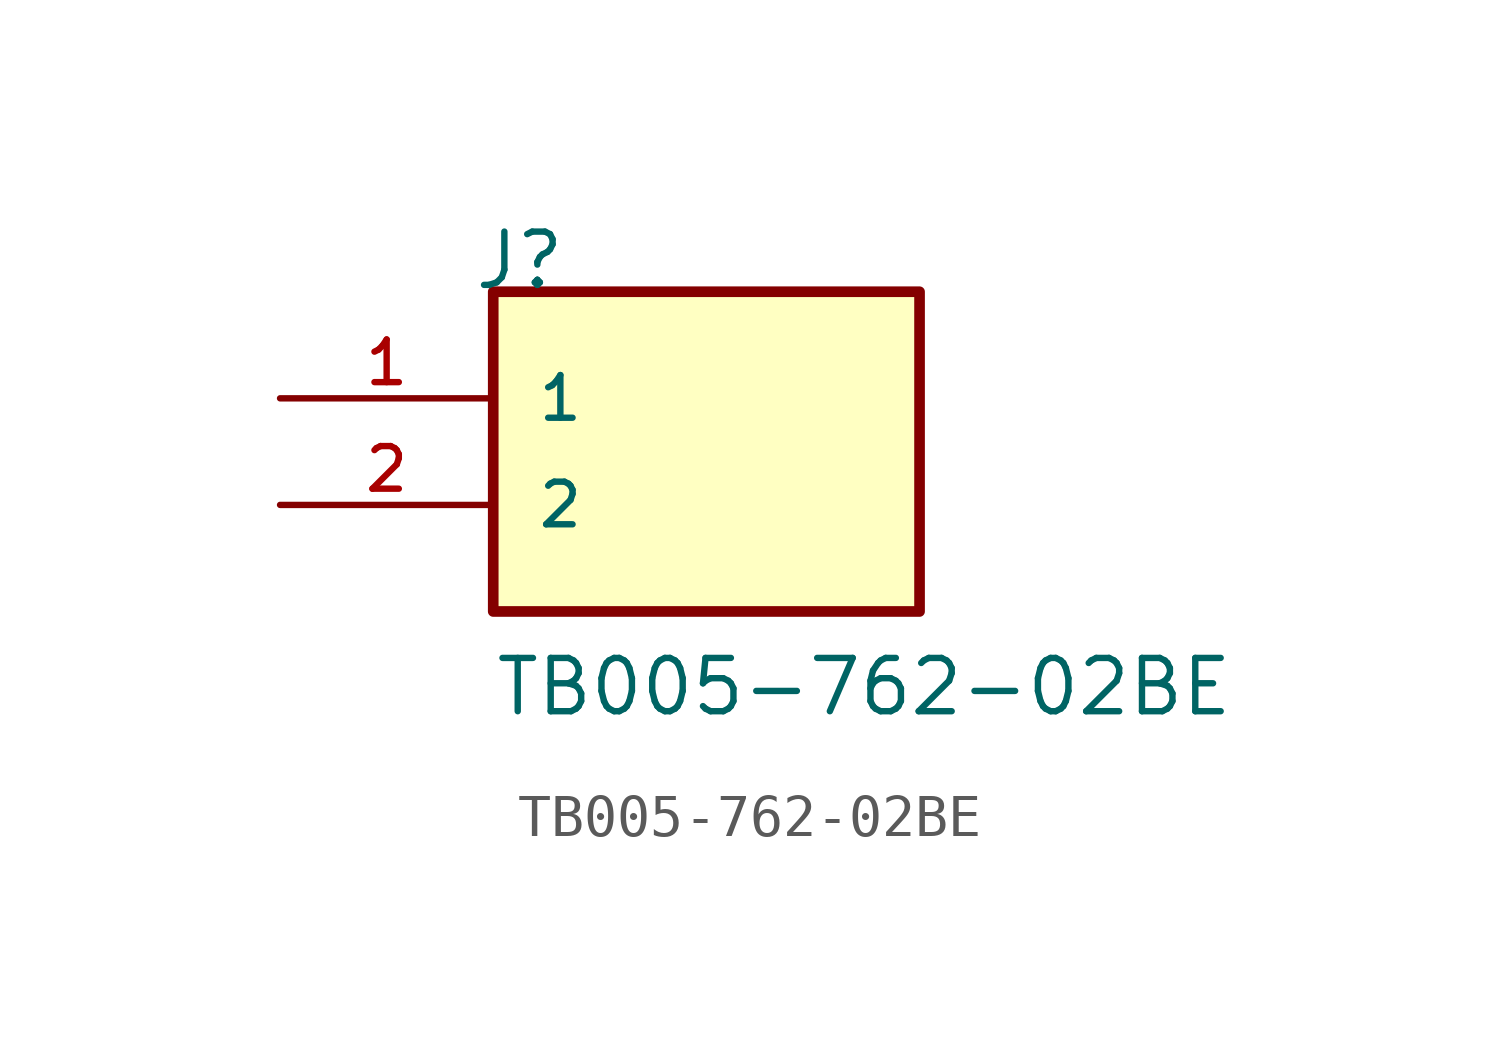
<source format=kicad_sym>
(kicad_symbol_lib
  (version 20211014)
  (generator kicad_symbol_editor)
  (symbol "TB005-762-02BE"
    (pin_names
      (offset 1.016))
    (property "Reference" "J"
      (at -5.58 5.08 0)
      (effects (font (size 1.27 1.27)) (justify left bottom)))
    (property "Value" "TB005-762-02BE"
      (at -5.08 -5.08 0)
      (effects (font (size 1.27 1.27)) (justify left bottom)))
    (symbol "TB005-762-02BE_0_0"
      (rectangle (start -5.08 -2.54) (end 5.08 5.08) (stroke (width 0.254) (type default) (color 0 0 0 0)) (fill (type background)))
      (pin passive line (at -10.16 2.54 0) (length 5.08) (name "1" (effects (font (size 1.016 1.016)))) (number "1" (effects (font (size 1.016 1.016)))))
      (pin passive line (at -10.16 0 0) (length 5.08) (name "2" (effects (font (size 1.016 1.016)))) (number "2" (effects (font (size 1.016 1.016))))))))
</source>
